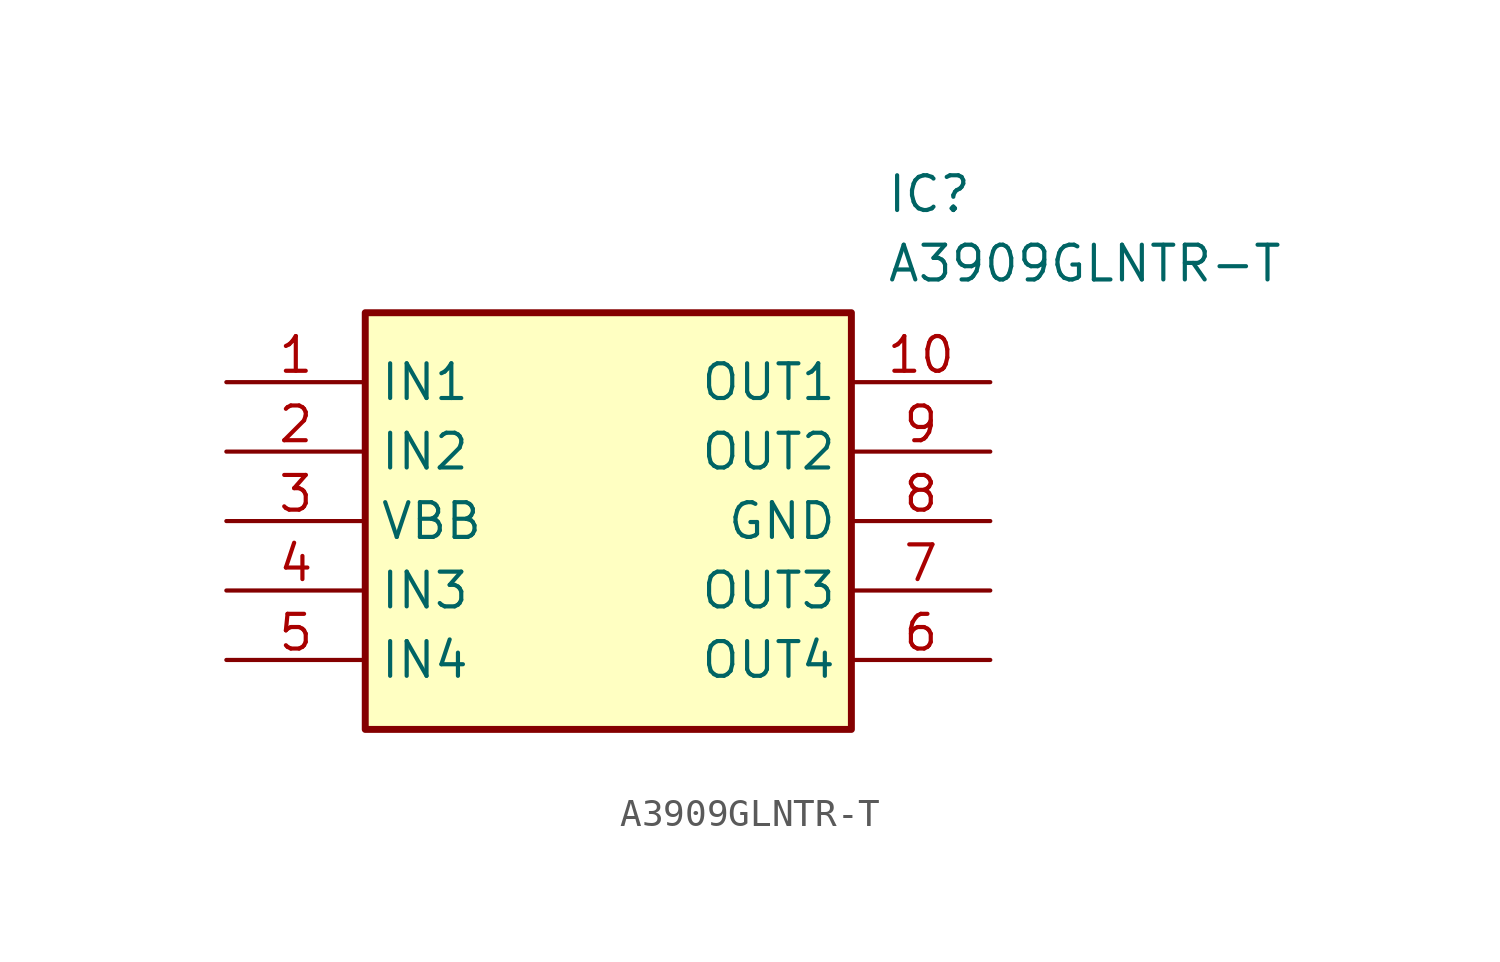
<source format=kicad_sym>
(kicad_symbol_lib
  (version 20211014)
  (generator SamacSys_ECAD_Model)
  (symbol "A3909GLNTR-T"
    (property "Reference" "IC"
      (at 24.13 7.62 0)
      (effects (font (size 1.27 1.27)) (justify left top)))
    (property "Value" "A3909GLNTR-T"
      (at 24.13 5.08 0)
      (effects (font (size 1.27 1.27)) (justify left top)))
    (rectangle
      (start 5.08 2.54)
      (end 22.86 -12.7)
      (stroke (width 0.254) (type default))
      (fill (type background)))
    (pin passive line
      (at 0 0 0)
      (length 5.08)
      (name "IN1" (effects (font (size 1.27 1.27))))
      (number "1" (effects (font (size 1.27 1.27)))))
    (pin passive line
      (at 0 -2.54 0)
      (length 5.08)
      (name "IN2" (effects (font (size 1.27 1.27))))
      (number "2" (effects (font (size 1.27 1.27)))))
    (pin passive line
      (at 0 -5.08 0)
      (length 5.08)
      (name "VBB" (effects (font (size 1.27 1.27))))
      (number "3" (effects (font (size 1.27 1.27)))))
    (pin passive line
      (at 0 -7.62 0)
      (length 5.08)
      (name "IN3" (effects (font (size 1.27 1.27))))
      (number "4" (effects (font (size 1.27 1.27)))))
    (pin passive line
      (at 0 -10.16 0)
      (length 5.08)
      (name "IN4" (effects (font (size 1.27 1.27))))
      (number "5" (effects (font (size 1.27 1.27)))))
    (pin passive line
      (at 27.94 0 180)
      (length 5.08)
      (name "OUT1" (effects (font (size 1.27 1.27))))
      (number "10" (effects (font (size 1.27 1.27)))))
    (pin passive line
      (at 27.94 -2.54 180)
      (length 5.08)
      (name "OUT2" (effects (font (size 1.27 1.27))))
      (number "9" (effects (font (size 1.27 1.27)))))
    (pin passive line
      (at 27.94 -5.08 180)
      (length 5.08)
      (name "GND" (effects (font (size 1.27 1.27))))
      (number "8" (effects (font (size 1.27 1.27)))))
    (pin passive line
      (at 27.94 -7.62 180)
      (length 5.08)
      (name "OUT3" (effects (font (size 1.27 1.27))))
      (number "7" (effects (font (size 1.27 1.27)))))
    (pin passive line
      (at 27.94 -10.16 180)
      (length 5.08)
      (name "OUT4" (effects (font (size 1.27 1.27))))
      (number "6" (effects (font (size 1.27 1.27)))))))
</source>
